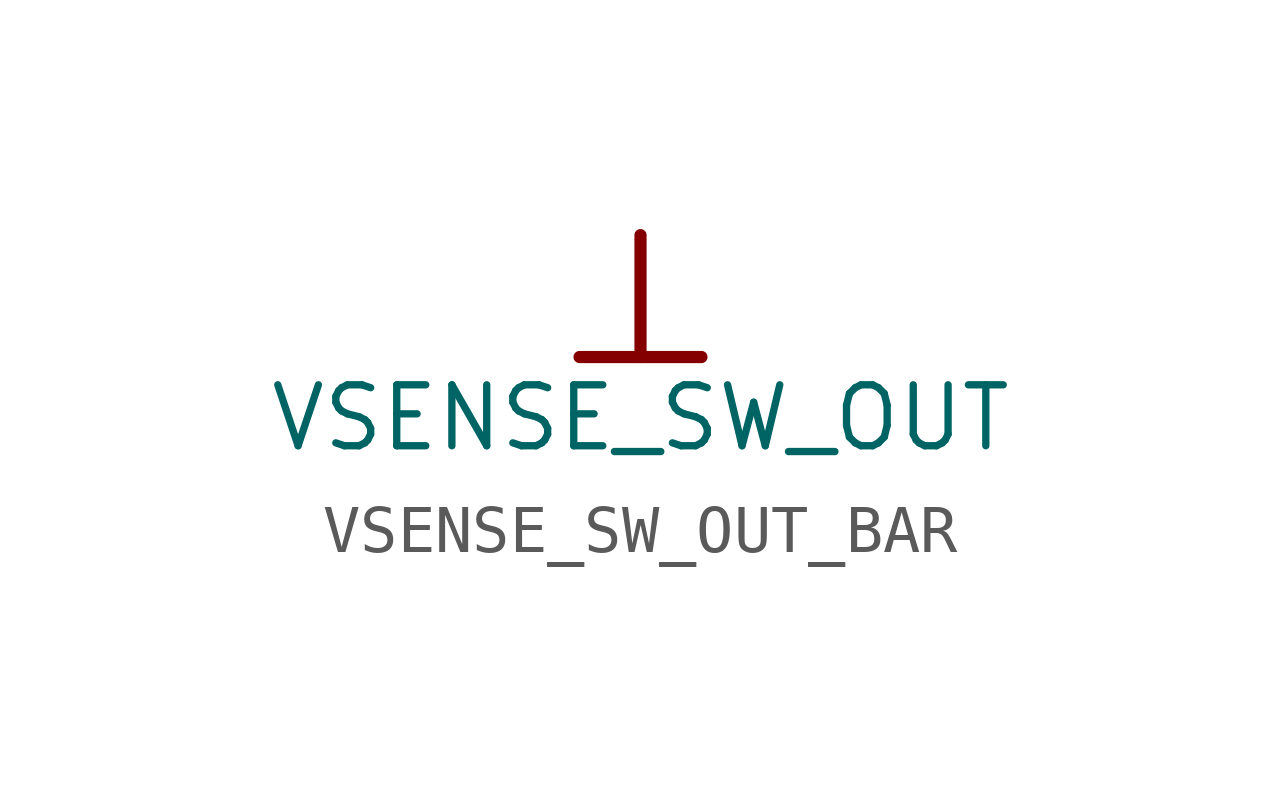
<source format=kicad_sym>
(kicad_symbol_lib
  (version 20241209)
  (generator "kicad_symbol_editor")
  (generator_version "9.0")
  (symbol "VSENSE_SW_OUT_BAR"
    (power)
    (property "Reference" "#PWR"
      (at 0 0 0)
      (effects (font (size 1.27 1.27)) (hide yes)))
    (property "Value" "VSENSE_SW_OUT"
      (at 0 -3.81 0)
      (effects (font (size 1.27 1.27))))
    (symbol "VSENSE_SW_OUT_BAR_0_0"
      (polyline (pts (xy -1.27 -2.54) (xy 1.27 -2.54)) (stroke (width 0.254) (type solid)) (fill (type none)))
      (polyline (pts (xy 0 0) (xy 0 -2.54)) (stroke (width 0.254) (type solid)) (fill (type none)))
      (pin power_in line (at 0 0 0) (length 0) (hide yes) (name "VSENSE_SW_OUT" (effects (font (size 1.27 1.27)))) (number "" (effects (font (size 1.27 1.27))))))))
</source>
